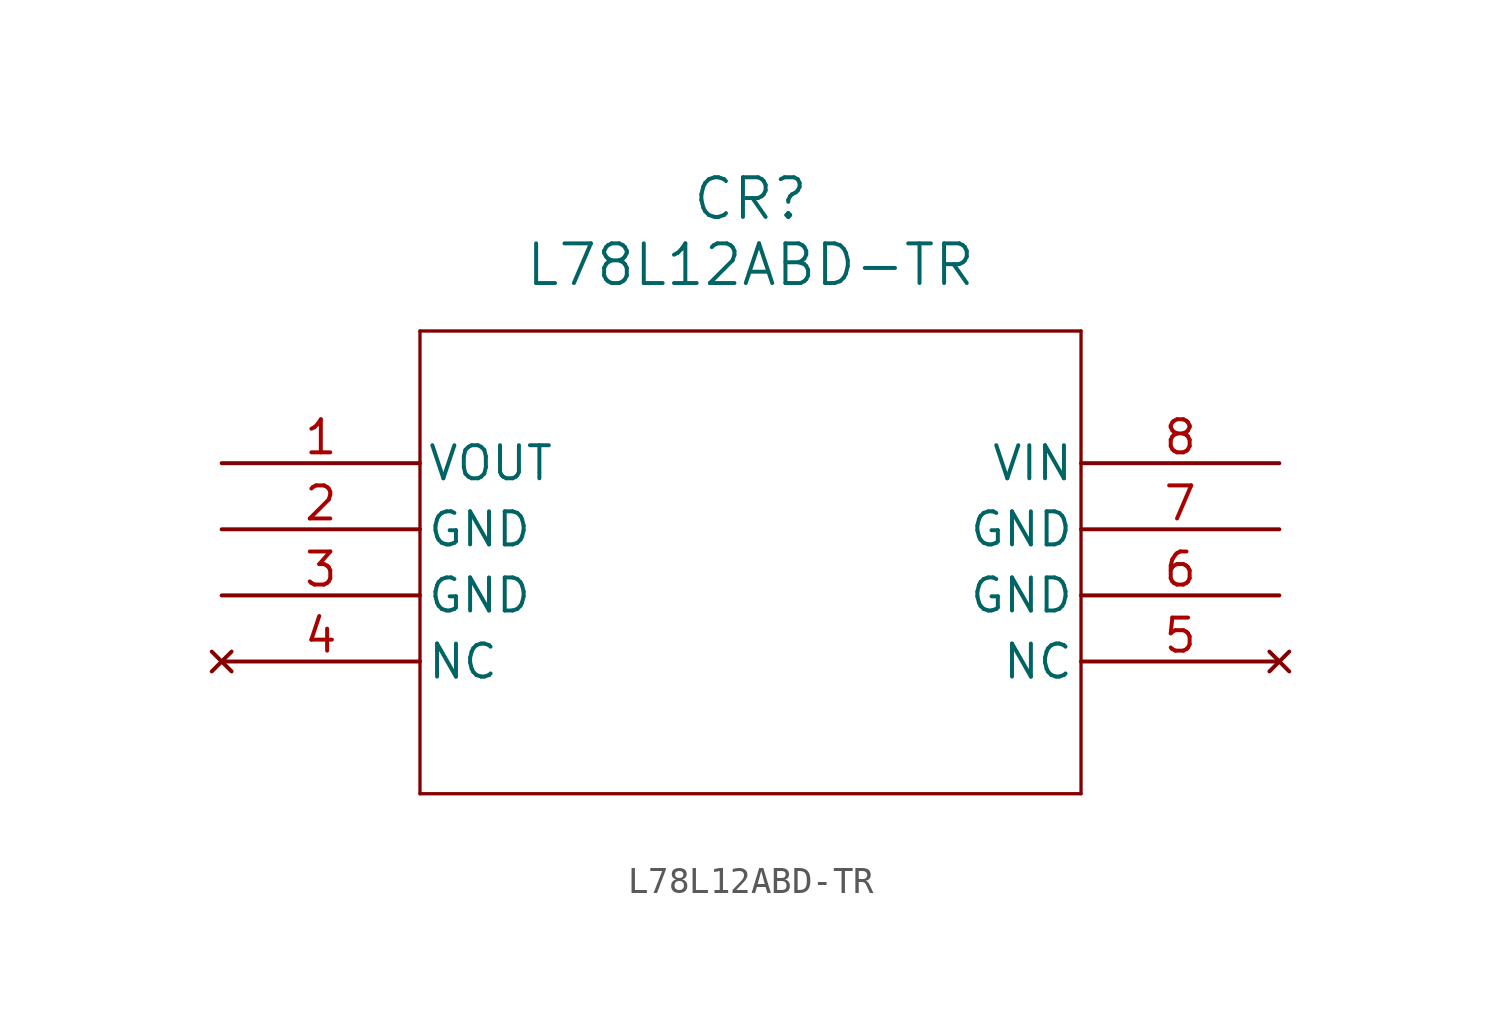
<source format=kicad_sym>
(kicad_symbol_lib
  (version 20211014)
  (generator kicad_symbol_editor)
  (symbol "L78L12ABD-TR"
    (pin_names
      (offset 0.254))
    (property "Reference" "CR"
      (at 20.32 10.16 0)
      (effects (font (size 1.524 1.524))))
    (property "Value" "L78L12ABD-TR"
      (at 20.32 7.62 0)
      (effects (font (size 1.524 1.524))))
    (symbol "L78L12ABD-TR_0_1"
      (polyline (pts (xy 7.62 5.08) (xy 7.62 -12.7)) (stroke (width 0.127) (type default) (color 0 0 0 0)) (fill (type none)))
      (polyline (pts (xy 7.62 -12.7) (xy 33.02 -12.7)) (stroke (width 0.127) (type default) (color 0 0 0 0)) (fill (type none)))
      (polyline (pts (xy 33.02 -12.7) (xy 33.02 5.08)) (stroke (width 0.127) (type default) (color 0 0 0 0)) (fill (type none)))
      (polyline (pts (xy 33.02 5.08) (xy 7.62 5.08)) (stroke (width 0.127) (type default) (color 0 0 0 0)) (fill (type none)))
      (pin output line (at 0 0 0) (length 7.62) (name "VOUT" (effects (font (size 1.27 1.27)))) (number "1" (effects (font (size 1.27 1.27)))))
      (pin power_out line (at 0 -2.54 0) (length 7.62) (name "GND" (effects (font (size 1.27 1.27)))) (number "2" (effects (font (size 1.27 1.27)))))
      (pin power_out line (at 0 -5.08 0) (length 7.62) (name "GND" (effects (font (size 1.27 1.27)))) (number "3" (effects (font (size 1.27 1.27)))))
      (pin no_connect line (at 0 -7.62 0) (length 7.62) (name "NC" (effects (font (size 1.27 1.27)))) (number "4" (effects (font (size 1.27 1.27)))))
      (pin no_connect line (at 40.64 -7.62 180) (length 7.62) (name "NC" (effects (font (size 1.27 1.27)))) (number "5" (effects (font (size 1.27 1.27)))))
      (pin power_out line (at 40.64 -5.08 180) (length 7.62) (name "GND" (effects (font (size 1.27 1.27)))) (number "6" (effects (font (size 1.27 1.27)))))
      (pin power_out line (at 40.64 -2.54 180) (length 7.62) (name "GND" (effects (font (size 1.27 1.27)))) (number "7" (effects (font (size 1.27 1.27)))))
      (pin input line (at 40.64 0 180) (length 7.62) (name "VIN" (effects (font (size 1.27 1.27)))) (number "8" (effects (font (size 1.27 1.27))))))))
</source>
